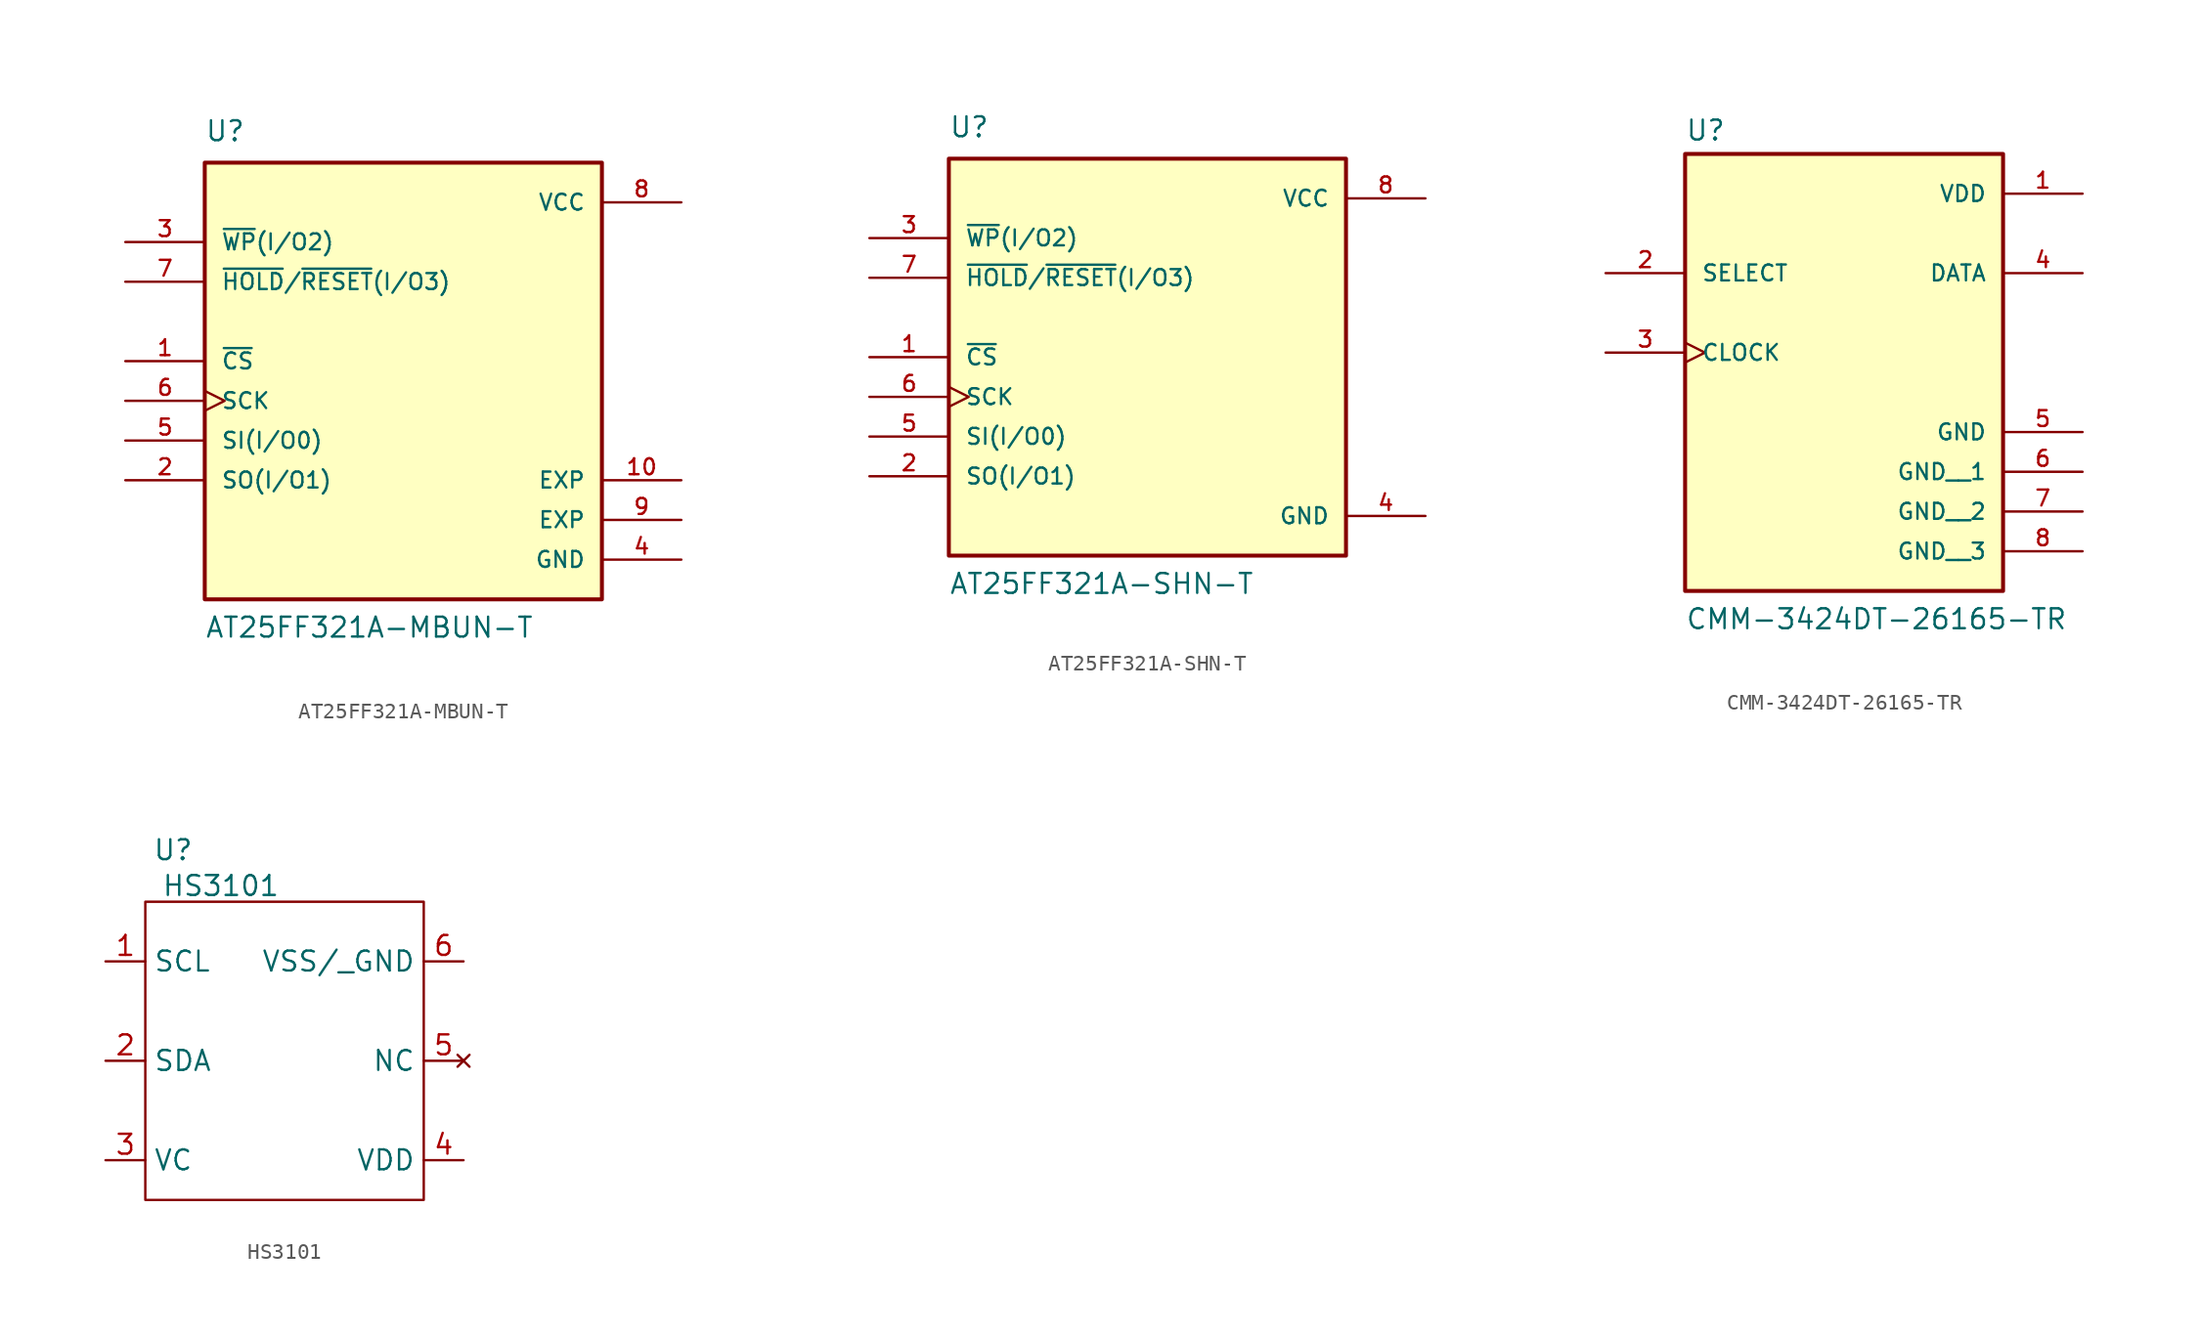
<source format=kicad_sym>
(kicad_symbol_lib
  (version 20231120)
  (generator "kicad_symbol_editor")
  (generator_version "8.0")
  (symbol "AT25FF321A-MBUN-T"
    (pin_names
      (offset 1.016))
    (property "Reference" "U"
      (at -12.704 13.978 0)
      (effects (font (size 1.27 1.27)) (justify left bottom)))
    (property "Value" "AT25FF321A-MBUN-T"
      (at -12.701 -17.783 0)
      (effects (font (size 1.27 1.27)) (justify left bottom)))
    (symbol "AT25FF321A-MBUN-T_0_0"
      (rectangle (start -12.7 -15.24) (end 12.7 12.7) (stroke (width 0.254) (type default)) (fill (type background)))
      (pin input line (at -17.78 0 0) (length 5.08) (name "~{CS}" (effects (font (size 1.016 1.016)))) (number "1" (effects (font (size 1.016 1.016)))))
      (pin power_in line (at 17.78 -7.62 180) (length 5.08) (name "EXP" (effects (font (size 1.016 1.016)))) (number "10" (effects (font (size 1.016 1.016)))))
      (pin bidirectional line (at -17.78 -7.62 0) (length 5.08) (name "SO(I/O1)" (effects (font (size 1.016 1.016)))) (number "2" (effects (font (size 1.016 1.016)))))
      (pin bidirectional line (at -17.78 7.62 0) (length 5.08) (name "~{WP}(I/O2)" (effects (font (size 1.016 1.016)))) (number "3" (effects (font (size 1.016 1.016)))))
      (pin power_in line (at 17.78 -12.7 180) (length 5.08) (name "GND" (effects (font (size 1.016 1.016)))) (number "4" (effects (font (size 1.016 1.016)))))
      (pin bidirectional line (at -17.78 -5.08 0) (length 5.08) (name "SI(I/O0)" (effects (font (size 1.016 1.016)))) (number "5" (effects (font (size 1.016 1.016)))))
      (pin input clock (at -17.78 -2.54 0) (length 5.08) (name "SCK" (effects (font (size 1.016 1.016)))) (number "6" (effects (font (size 1.016 1.016)))))
      (pin bidirectional line (at -17.78 5.08 0) (length 5.08) (name "~{HOLD}/~{RESET}(I/O3)" (effects (font (size 1.016 1.016)))) (number "7" (effects (font (size 1.016 1.016)))))
      (pin power_in line (at 17.78 10.16 180) (length 5.08) (name "VCC" (effects (font (size 1.016 1.016)))) (number "8" (effects (font (size 1.016 1.016)))))
      (pin power_in line (at 17.78 -10.16 180) (length 5.08) (name "EXP" (effects (font (size 1.016 1.016)))) (number "9" (effects (font (size 1.016 1.016)))))))
  (symbol "AT25FF321A-SHN-T"
    (pin_names
      (offset 1.016))
    (property "Reference" "U"
      (at -12.704 13.978 0)
      (effects (font (size 1.27 1.27)) (justify left bottom)))
    (property "Value" "AT25FF321A-SHN-T"
      (at -12.701 -15.243 0)
      (effects (font (size 1.27 1.27)) (justify left bottom)))
    (symbol "AT25FF321A-SHN-T_0_0"
      (rectangle (start -12.7 -12.7) (end 12.7 12.7) (stroke (width 0.254) (type default)) (fill (type background)))
      (pin input line (at -17.78 0 0) (length 5.08) (name "~{CS}" (effects (font (size 1.016 1.016)))) (number "1" (effects (font (size 1.016 1.016)))))
      (pin bidirectional line (at -17.78 -7.62 0) (length 5.08) (name "SO(I/O1)" (effects (font (size 1.016 1.016)))) (number "2" (effects (font (size 1.016 1.016)))))
      (pin bidirectional line (at -17.78 7.62 0) (length 5.08) (name "~{WP}(I/O2)" (effects (font (size 1.016 1.016)))) (number "3" (effects (font (size 1.016 1.016)))))
      (pin power_in line (at 17.78 -10.16 180) (length 5.08) (name "GND" (effects (font (size 1.016 1.016)))) (number "4" (effects (font (size 1.016 1.016)))))
      (pin bidirectional line (at -17.78 -5.08 0) (length 5.08) (name "SI(I/O0)" (effects (font (size 1.016 1.016)))) (number "5" (effects (font (size 1.016 1.016)))))
      (pin input clock (at -17.78 -2.54 0) (length 5.08) (name "SCK" (effects (font (size 1.016 1.016)))) (number "6" (effects (font (size 1.016 1.016)))))
      (pin bidirectional line (at -17.78 5.08 0) (length 5.08) (name "~{HOLD}/~{RESET}(I/O3)" (effects (font (size 1.016 1.016)))) (number "7" (effects (font (size 1.016 1.016)))))
      (pin power_in line (at 17.78 10.16 180) (length 5.08) (name "VCC" (effects (font (size 1.016 1.016)))) (number "8" (effects (font (size 1.016 1.016)))))))
  (symbol "CMM-3424DT-26165-TR"
    (pin_names
      (offset 1.016))
    (property "Reference" "U"
      (at -10.16 10.922 0)
      (effects (font (size 1.27 1.27)) (justify left bottom)))
    (property "Value" "CMM-3424DT-26165-TR"
      (at -10.16 -20.32 0)
      (effects (font (size 1.27 1.27)) (justify left bottom)))
    (symbol "CMM-3424DT-26165-TR_0_0"
      (rectangle (start -10.16 10.16) (end 10.16 -17.78) (stroke (width 0.254) (type default)) (fill (type background)))
      (pin power_in line (at 15.24 7.62 180) (length 5.08) (name "VDD" (effects (font (size 1.016 1.016)))) (number "1" (effects (font (size 1.016 1.016)))))
      (pin input line (at -15.24 2.54 0) (length 5.08) (name "SELECT" (effects (font (size 1.016 1.016)))) (number "2" (effects (font (size 1.016 1.016)))))
      (pin input clock (at -15.24 -2.54 0) (length 5.08) (name "CLOCK" (effects (font (size 1.016 1.016)))) (number "3" (effects (font (size 1.016 1.016)))))
      (pin bidirectional line (at 15.24 2.54 180) (length 5.08) (name "DATA" (effects (font (size 1.016 1.016)))) (number "4" (effects (font (size 1.016 1.016)))))
      (pin power_in line (at 15.24 -7.62 180) (length 5.08) (name "GND" (effects (font (size 1.016 1.016)))) (number "5" (effects (font (size 1.016 1.016)))))
      (pin power_in line (at 15.24 -10.16 180) (length 5.08) (name "GND__1" (effects (font (size 1.016 1.016)))) (number "6" (effects (font (size 1.016 1.016)))))
      (pin power_in line (at 15.24 -12.7 180) (length 5.08) (name "GND__2" (effects (font (size 1.016 1.016)))) (number "7" (effects (font (size 1.016 1.016)))))
      (pin power_in line (at 15.24 -15.24 180) (length 5.08) (name "GND__3" (effects (font (size 1.016 1.016)))) (number "8" (effects (font (size 1.016 1.016)))))))
  (symbol "HS3101"
    (property "Reference" "U"
      (at -0.762 4.572 0)
      (effects (font (size 1.27 1.27))))
    (property "Value" "HS3101"
      (at 2.286 2.286 0)
      (effects (font (size 1.27 1.27))))
    (symbol "HS3101_0_1"
      (rectangle (start -2.54 1.27) (end 15.24 -17.78) (stroke (width 0) (type default)) (fill (type none))))
    (symbol "HS3101_1_1"
      (pin input line (at -5.08 -2.54 0) (length 2.54) (name "SCL" (effects (font (size 1.27 1.27)))) (number "1" (effects (font (size 1.27 1.27)))))
      (pin bidirectional line (at -5.08 -8.89 0) (length 2.54) (name "SDA" (effects (font (size 1.27 1.27)))) (number "2" (effects (font (size 1.27 1.27)))))
      (pin power_in line (at -5.08 -15.24 0) (length 2.54) (name "VC" (effects (font (size 1.27 1.27)))) (number "3" (effects (font (size 1.27 1.27)))))
      (pin power_in line (at 17.78 -15.24 180) (length 2.54) (name "VDD" (effects (font (size 1.27 1.27)))) (number "4" (effects (font (size 1.27 1.27)))))
      (pin no_connect line (at 17.78 -8.89 180) (length 2.54) (name "NC" (effects (font (size 1.27 1.27)))) (number "5" (effects (font (size 1.27 1.27)))))
      (pin power_in line (at 17.78 -2.54 180) (length 2.54) (name "VSS/_GND" (effects (font (size 1.27 1.27)))) (number "6" (effects (font (size 1.27 1.27))))))))
</source>
